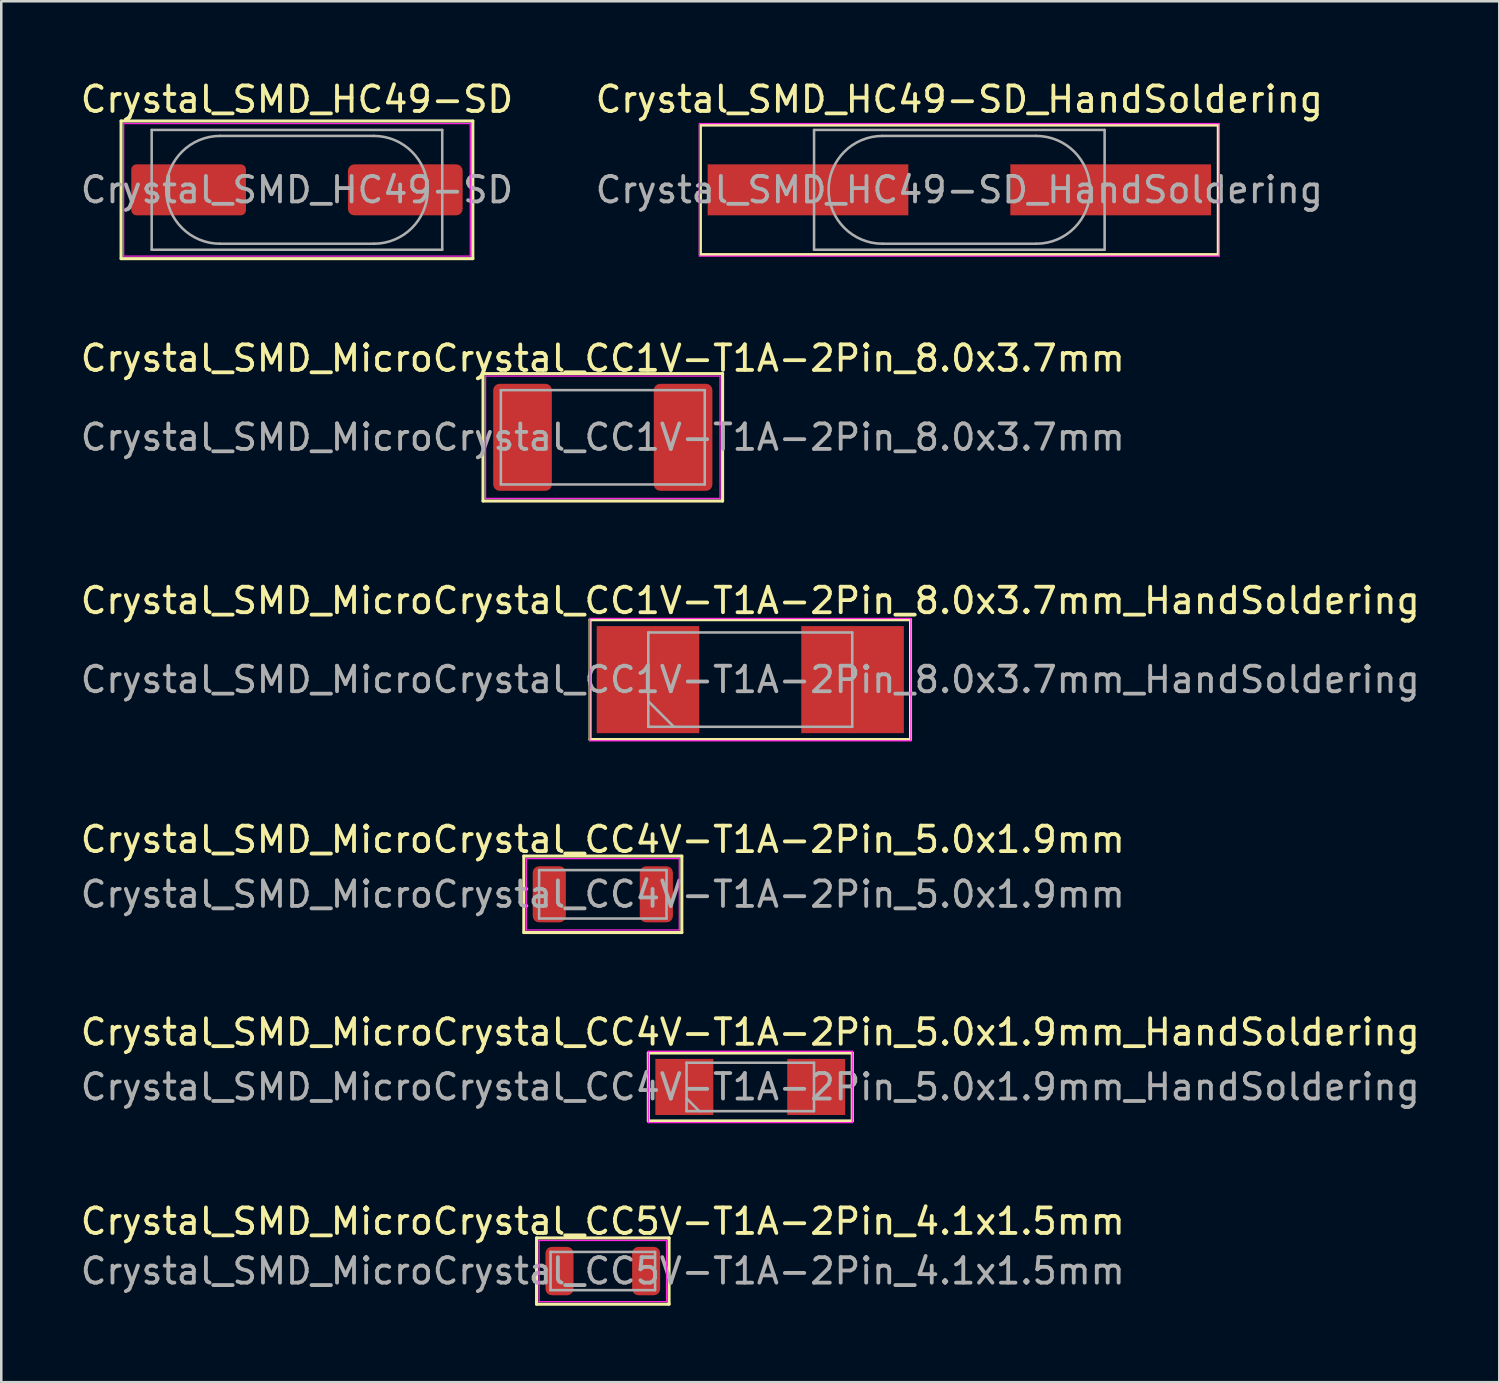
<source format=kicad_pcb>
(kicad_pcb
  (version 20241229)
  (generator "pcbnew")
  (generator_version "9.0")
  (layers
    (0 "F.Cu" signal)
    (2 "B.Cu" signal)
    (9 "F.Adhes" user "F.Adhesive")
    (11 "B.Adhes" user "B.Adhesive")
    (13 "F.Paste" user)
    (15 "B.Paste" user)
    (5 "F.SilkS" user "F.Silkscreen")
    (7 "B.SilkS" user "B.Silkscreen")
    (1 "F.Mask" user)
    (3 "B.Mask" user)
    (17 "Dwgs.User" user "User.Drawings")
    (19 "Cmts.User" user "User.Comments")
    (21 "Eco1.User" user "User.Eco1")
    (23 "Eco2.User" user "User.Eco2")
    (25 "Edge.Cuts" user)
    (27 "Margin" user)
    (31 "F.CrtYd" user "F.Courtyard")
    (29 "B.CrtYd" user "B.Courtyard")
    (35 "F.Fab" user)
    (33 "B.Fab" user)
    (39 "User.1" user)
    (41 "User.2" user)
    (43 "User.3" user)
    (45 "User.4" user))
  (footprint "Crystal_SMD_MicroCrystal_CC5V-T1A-2Pin_4.1x1.5mm"
    (layer "F.Cu")
    (at 20.601 46.819)
    (property "Reference" "Crystal_SMD_MicroCrystal_CC5V-T1A-2Pin_4.1x1.5mm" (at 0 -1.95 0) (layer "F.SilkS") (effects (font (size 1 1) (thickness 0.15))))
    (attr smd)
    (fp_line (start -2.6 -1.3) (end -2.6 1.3) (stroke (width 0.12) (type solid)) (layer "F.SilkS"))
    (fp_line (start -2.6 1.3) (end 2.6 1.3) (stroke (width 0.12) (type solid)) (layer "F.SilkS"))
    (fp_line (start 2.6 -1.3) (end -2.6 -1.3) (stroke (width 0.12) (type solid)) (layer "F.SilkS"))
    (fp_line (start 2.6 1.3) (end 2.6 -1.3) (stroke (width 0.12) (type solid)) (layer "F.SilkS"))
    (fp_line (start -2.5 -1.2) (end -2.5 1.2) (stroke (width 0.05) (type solid)) (layer "F.CrtYd"))
    (fp_line (start -2.5 1.2) (end 2.5 1.2) (stroke (width 0.05) (type solid)) (layer "F.CrtYd"))
    (fp_line (start 2.5 -1.2) (end -2.5 -1.2) (stroke (width 0.05) (type solid)) (layer "F.CrtYd"))
    (fp_line (start 2.5 1.2) (end 2.5 -1.2) (stroke (width 0.05) (type solid)) (layer "F.CrtYd"))
    (fp_line (start -2.05 -0.75) (end -2.05 0.75) (stroke (width 0.1) (type solid)) (layer "F.Fab"))
    (fp_line (start -2.05 0.75) (end 2.05 0.75) (stroke (width 0.1) (type solid)) (layer "F.Fab"))
    (fp_line (start 2.05 -0.75) (end -2.05 -0.75) (stroke (width 0.1) (type solid)) (layer "F.Fab"))
    (fp_line (start 2.05 0.75) (end 2.05 -0.75) (stroke (width 0.1) (type solid)) (layer "F.Fab"))
    (fp_text user "${REFERENCE}" (at 0 0 0) (layer "F.Fab") (effects (font (size 1 1) (thickness 0.15))))
    (pad "1" smd roundrect (at -1.7 0) (size 1.1 1.9) (layers "F.Cu" "F.Mask" "F.Paste") (roundrect_rratio 0.227))
    (pad "2" smd roundrect (at 1.7 0) (size 1.1 1.9) (layers "F.Cu" "F.Mask" "F.Paste") (roundrect_rratio 0.227)))
  (footprint "Crystal_SMD_MicroCrystal_CC4V-T1A-2Pin_5.0x1.9mm"
    (layer "F.Cu")
    (at 20.601 32.038)
    (property "Reference" "Crystal_SMD_MicroCrystal_CC4V-T1A-2Pin_5.0x1.9mm" (at 0 -2.15 0) (layer "F.SilkS") (effects (font (size 1 1) (thickness 0.15))))
    (attr smd)
    (fp_line (start -3.1 -1.5) (end -3.1 1.5) (stroke (width 0.12) (type solid)) (layer "F.SilkS"))
    (fp_line (start -3.1 1.5) (end 3.1 1.5) (stroke (width 0.12) (type solid)) (layer "F.SilkS"))
    (fp_line (start 3.1 -1.5) (end -3.1 -1.5) (stroke (width 0.12) (type solid)) (layer "F.SilkS"))
    (fp_line (start 3.1 1.5) (end 3.1 -1.5) (stroke (width 0.12) (type solid)) (layer "F.SilkS"))
    (fp_line (start -3 -1.4) (end -3 1.4) (stroke (width 0.05) (type solid)) (layer "F.CrtYd"))
    (fp_line (start -3 1.4) (end 3 1.4) (stroke (width 0.05) (type solid)) (layer "F.CrtYd"))
    (fp_line (start 3 -1.4) (end -3 -1.4) (stroke (width 0.05) (type solid)) (layer "F.CrtYd"))
    (fp_line (start 3 1.4) (end 3 -1.4) (stroke (width 0.05) (type solid)) (layer "F.CrtYd"))
    (fp_line (start -2.5 -0.95) (end -2.5 0.95) (stroke (width 0.1) (type solid)) (layer "F.Fab"))
    (fp_line (start -2.5 0.95) (end 2.5 0.95) (stroke (width 0.1) (type solid)) (layer "F.Fab"))
    (fp_line (start 2.5 -0.95) (end -2.5 -0.95) (stroke (width 0.1) (type solid)) (layer "F.Fab"))
    (fp_line (start 2.5 0.95) (end 2.5 -0.95) (stroke (width 0.1) (type solid)) (layer "F.Fab"))
    (fp_text user "${REFERENCE}" (at 0 0 0) (layer "F.Fab") (effects (font (size 1 1) (thickness 0.15))))
    (pad "1" smd roundrect (at -2.1 0) (size 1.3 2.2) (layers "F.Cu" "F.Mask" "F.Paste") (roundrect_rratio 0.192))
    (pad "2" smd roundrect (at 2.1 0) (size 1.3 2.2) (layers "F.Cu" "F.Mask" "F.Paste") (roundrect_rratio 0.192)))
  (footprint "Crystal_SMD_HC49-SD_HandSoldering"
    (layer "F.Cu")
    (at 34.589 4.398)
    (property "Reference" "Crystal_SMD_HC49-SD_HandSoldering" (at 0 -3.55 0) (layer "F.SilkS") (effects (font (size 1 1) (thickness 0.15))))
    (attr smd)
    (fp_line (start -10.16 -2.54) (end 10.16 -2.54) (stroke (width 0.12) (type solid)) (layer "F.SilkS"))
    (fp_line (start -10.16 -0.254) (end -10.16 -2.54) (stroke (width 0.12) (type solid)) (layer "F.SilkS"))
    (fp_line (start -10.16 2.54) (end -10.16 -0.254) (stroke (width 0.12) (type solid)) (layer "F.SilkS"))
    (fp_line (start 10.16 -2.54) (end 10.16 2.54) (stroke (width 0.12) (type solid)) (layer "F.SilkS"))
    (fp_line (start 10.16 2.54) (end -10.16 2.54) (stroke (width 0.12) (type solid)) (layer "F.SilkS"))
    (fp_line (start -10.2 -2.6) (end -10.2 2.6) (stroke (width 0.05) (type solid)) (layer "F.CrtYd"))
    (fp_line (start -10.2 2.6) (end 10.2 2.6) (stroke (width 0.05) (type solid)) (layer "F.CrtYd"))
    (fp_line (start 10.2 -2.6) (end -10.2 -2.6) (stroke (width 0.05) (type solid)) (layer "F.CrtYd"))
    (fp_line (start 10.2 2.6) (end 10.2 -2.6) (stroke (width 0.05) (type solid)) (layer "F.CrtYd"))
    (fp_line (start -5.7 -2.35) (end -5.7 2.35) (stroke (width 0.1) (type solid)) (layer "F.Fab"))
    (fp_line (start -5.7 2.35) (end 5.7 2.35) (stroke (width 0.1) (type solid)) (layer "F.Fab"))
    (fp_line (start -3.015 -2.115) (end 3.015 -2.115) (stroke (width 0.1) (type solid)) (layer "F.Fab"))
    (fp_line (start -3.015 2.115) (end 3.015 2.115) (stroke (width 0.1) (type solid)) (layer "F.Fab"))
    (fp_line (start 5.7 -2.35) (end -5.7 -2.35) (stroke (width 0.1) (type solid)) (layer "F.Fab"))
    (fp_line (start 5.7 2.35) (end 5.7 -2.35) (stroke (width 0.1) (type solid)) (layer "F.Fab"))
    (fp_arc (start -3.015 2.115) (mid -5.13 0) (end -3.015 -2.115) (stroke (width 0.1) (type solid)) (layer "F.Fab"))
    (fp_arc (start 3.015 -2.115) (mid 5.13 0) (end 3.015 2.115) (stroke (width 0.1) (type solid)) (layer "F.Fab"))
    (fp_text user "${REFERENCE}" (at 0 0 0) (layer "F.Fab") (effects (font (size 1 1) (thickness 0.15))))
    (pad "1" smd rect (at -5.938 0) (size 7.875 2) (layers "F.Cu" "F.Mask" "F.Paste"))
    (pad "2" smd rect (at 5.938 0) (size 7.875 2) (layers "F.Cu" "F.Mask" "F.Paste")))
  (footprint "Crystal_SMD_MicroCrystal_CC1V-T1A-2Pin_8.0x3.7mm_HandSoldering"
    (layer "F.Cu")
    (at 26.387 23.615)
    (property "Reference" "Crystal_SMD_MicroCrystal_CC1V-T1A-2Pin_8.0x3.7mm_HandSoldering" (at 0 -3.1 0) (layer "F.SilkS") (effects (font (size 1 1) (thickness 0.15))))
    (attr smd)
    (fp_line (start -6.287 -2.349) (end -6.287 2.349) (stroke (width 0.12) (type solid)) (layer "F.SilkS"))
    (fp_line (start -6.287 2.349) (end 6.287 2.349) (stroke (width 0.12) (type solid)) (layer "F.SilkS"))
    (fp_line (start 6.287 -2.349) (end -6.287 -2.349) (stroke (width 0.12) (type solid)) (layer "F.SilkS"))
    (fp_line (start 6.287 2.349) (end 6.287 -2.349) (stroke (width 0.12) (type solid)) (layer "F.SilkS"))
    (fp_line (start -6.3 -2.4) (end -6.3 2.4) (stroke (width 0.05) (type solid)) (layer "F.CrtYd"))
    (fp_line (start -6.3 2.4) (end 6.3 2.4) (stroke (width 0.05) (type solid)) (layer "F.CrtYd"))
    (fp_line (start 6.3 -2.4) (end -6.3 -2.4) (stroke (width 0.05) (type solid)) (layer "F.CrtYd"))
    (fp_line (start 6.3 2.4) (end 6.3 -2.4) (stroke (width 0.05) (type solid)) (layer "F.CrtYd"))
    (fp_line (start -4 -1.85) (end -4 1.85) (stroke (width 0.1) (type solid)) (layer "F.Fab"))
    (fp_line (start -4 0.85) (end -3 1.85) (stroke (width 0.1) (type solid)) (layer "F.Fab"))
    (fp_line (start -4 1.85) (end 4 1.85) (stroke (width 0.1) (type solid)) (layer "F.Fab"))
    (fp_line (start 4 -1.85) (end -4 -1.85) (stroke (width 0.1) (type solid)) (layer "F.Fab"))
    (fp_line (start 4 1.85) (end 4 -1.85) (stroke (width 0.1) (type solid)) (layer "F.Fab"))
    (fp_text user "${REFERENCE}" (at 0 0 0) (layer "F.Fab") (effects (font (size 1 1) (thickness 0.15))))
    (pad "1" smd rect (at -4.013 0) (size 4.025 4.2) (layers "F.Cu" "F.Mask" "F.Paste"))
    (pad "2" smd rect (at 4.013 0) (size 4.025 4.2) (layers "F.Cu" "F.Mask" "F.Paste")))
  (footprint "Crystal_SMD_MicroCrystal_CC4V-T1A-2Pin_5.0x1.9mm_HandSoldering"
    (layer "F.Cu")
    (at 26.387 39.596)
    (property "Reference" "Crystal_SMD_MicroCrystal_CC4V-T1A-2Pin_5.0x1.9mm_HandSoldering" (at 0 -2.15 0) (layer "F.SilkS") (effects (font (size 1 1) (thickness 0.15))))
    (attr smd)
    (fp_line (start -4 -1.333) (end -4 1.333) (stroke (width 0.12) (type solid)) (layer "F.SilkS"))
    (fp_line (start -4 -1.333) (end 4 -1.333) (stroke (width 0.12) (type solid)) (layer "F.SilkS"))
    (fp_line (start 4 -1.333) (end 4 1.333) (stroke (width 0.12) (type solid)) (layer "F.SilkS"))
    (fp_line (start 4 1.333) (end -4 1.333) (stroke (width 0.12) (type solid)) (layer "F.SilkS"))
    (fp_line (start -4 -1.4) (end -4 1.4) (stroke (width 0.05) (type solid)) (layer "F.CrtYd"))
    (fp_line (start -4 1.4) (end 4 1.4) (stroke (width 0.05) (type solid)) (layer "F.CrtYd"))
    (fp_line (start 4 -1.4) (end -4 -1.4) (stroke (width 0.05) (type solid)) (layer "F.CrtYd"))
    (fp_line (start 4 1.4) (end 4 -1.4) (stroke (width 0.05) (type solid)) (layer "F.CrtYd"))
    (fp_line (start -2.5 -0.95) (end -2.5 0.95) (stroke (width 0.1) (type solid)) (layer "F.Fab"))
    (fp_line (start -2.5 0.45) (end -2 0.95) (stroke (width 0.1) (type solid)) (layer "F.Fab"))
    (fp_line (start -2.5 0.95) (end 2.5 0.95) (stroke (width 0.1) (type solid)) (layer "F.Fab"))
    (fp_line (start 2.5 -0.95) (end -2.5 -0.95) (stroke (width 0.1) (type solid)) (layer "F.Fab"))
    (fp_line (start 2.5 0.95) (end 2.5 -0.95) (stroke (width 0.1) (type solid)) (layer "F.Fab"))
    (fp_text user "${REFERENCE}" (at 0 0 0) (layer "F.Fab") (effects (font (size 1 1) (thickness 0.15))))
    (pad "1" smd rect (at -2.587 0) (size 2.275 2.2) (layers "F.Cu" "F.Mask" "F.Paste"))
    (pad "2" smd rect (at 2.587 0) (size 2.275 2.2) (layers "F.Cu" "F.Mask" "F.Paste")))
  (footprint "Crystal_SMD_HC49-SD"
    (layer "F.Cu")
    (at 8.601 4.398)
    (property "Reference" "Crystal_SMD_HC49-SD" (at 0 -3.55 0) (layer "F.SilkS") (effects (font (size 1 1) (thickness 0.15))))
    (attr smd)
    (fp_line (start -6.9 -2.7) (end -6.9 2.7) (stroke (width 0.12) (type solid)) (layer "F.SilkS"))
    (fp_line (start -6.9 2.7) (end 6.9 2.7) (stroke (width 0.12) (type solid)) (layer "F.SilkS"))
    (fp_line (start 6.9 -2.7) (end -6.9 -2.7) (stroke (width 0.12) (type solid)) (layer "F.SilkS"))
    (fp_line (start 6.9 2.7) (end 6.9 -2.7) (stroke (width 0.12) (type solid)) (layer "F.SilkS"))
    (fp_line (start -6.8 -2.6) (end -6.8 2.6) (stroke (width 0.05) (type solid)) (layer "F.CrtYd"))
    (fp_line (start -6.8 2.6) (end 6.8 2.6) (stroke (width 0.05) (type solid)) (layer "F.CrtYd"))
    (fp_line (start 6.8 -2.6) (end -6.8 -2.6) (stroke (width 0.05) (type solid)) (layer "F.CrtYd"))
    (fp_line (start 6.8 2.6) (end 6.8 -2.6) (stroke (width 0.05) (type solid)) (layer "F.CrtYd"))
    (fp_line (start -5.7 -2.35) (end -5.7 2.35) (stroke (width 0.1) (type solid)) (layer "F.Fab"))
    (fp_line (start -5.7 2.35) (end 5.7 2.35) (stroke (width 0.1) (type solid)) (layer "F.Fab"))
    (fp_line (start -3.015 -2.115) (end 3.015 -2.115) (stroke (width 0.1) (type solid)) (layer "F.Fab"))
    (fp_line (start -3.015 2.115) (end 3.015 2.115) (stroke (width 0.1) (type solid)) (layer "F.Fab"))
    (fp_line (start 5.7 -2.35) (end -5.7 -2.35) (stroke (width 0.1) (type solid)) (layer "F.Fab"))
    (fp_line (start 5.7 2.35) (end 5.7 -2.35) (stroke (width 0.1) (type solid)) (layer "F.Fab"))
    (fp_arc (start -3.015 2.115) (mid -5.13 0) (end -3.015 -2.115) (stroke (width 0.1) (type solid)) (layer "F.Fab"))
    (fp_arc (start 3.015 -2.115) (mid 5.13 0) (end 3.015 2.115) (stroke (width 0.1) (type solid)) (layer "F.Fab"))
    (fp_text user "${REFERENCE}" (at 0 0 0) (layer "F.Fab") (effects (font (size 1 1) (thickness 0.15))))
    (pad "1" smd roundrect (at -4.25 0) (size 4.5 2) (layers "F.Cu" "F.Mask" "F.Paste") (roundrect_rratio 0.1))
    (pad "2" smd roundrect (at 4.25 0) (size 4.5 2) (layers "F.Cu" "F.Mask" "F.Paste") (roundrect_rratio 0.125)))
  (footprint "Crystal_SMD_MicroCrystal_CC1V-T1A-2Pin_8.0x3.7mm"
    (layer "F.Cu")
    (at 20.601 14.107)
    (property "Reference" "Crystal_SMD_MicroCrystal_CC1V-T1A-2Pin_8.0x3.7mm" (at 0 -3.1 0) (layer "F.SilkS") (effects (font (size 1 1) (thickness 0.15))))
    (attr smd)
    (fp_line (start -4.7 -2.5) (end -4.7 2.5) (stroke (width 0.12) (type solid)) (layer "F.SilkS"))
    (fp_line (start -4.7 2.5) (end 4.7 2.5) (stroke (width 0.12) (type solid)) (layer "F.SilkS"))
    (fp_line (start 4.7 -2.5) (end -4.7 -2.5) (stroke (width 0.12) (type solid)) (layer "F.SilkS"))
    (fp_line (start 4.7 2.5) (end 4.7 -2.5) (stroke (width 0.12) (type solid)) (layer "F.SilkS"))
    (fp_line (start -4.6 -2.4) (end -4.6 2.4) (stroke (width 0.05) (type solid)) (layer "F.CrtYd"))
    (fp_line (start -4.6 2.4) (end 4.6 2.4) (stroke (width 0.05) (type solid)) (layer "F.CrtYd"))
    (fp_line (start 4.6 -2.4) (end -4.6 -2.4) (stroke (width 0.05) (type solid)) (layer "F.CrtYd"))
    (fp_line (start 4.6 2.4) (end 4.6 -2.4) (stroke (width 0.05) (type solid)) (layer "F.CrtYd"))
    (fp_line (start -4 -1.85) (end -4 1.85) (stroke (width 0.1) (type solid)) (layer "F.Fab"))
    (fp_line (start -4 1.85) (end 4 1.85) (stroke (width 0.1) (type solid)) (layer "F.Fab"))
    (fp_line (start 4 -1.85) (end -4 -1.85) (stroke (width 0.1) (type solid)) (layer "F.Fab"))
    (fp_line (start 4 1.85) (end 4 -1.85) (stroke (width 0.1) (type solid)) (layer "F.Fab"))
    (fp_text user "${REFERENCE}" (at 0 0 0) (layer "F.Fab") (effects (font (size 1 1) (thickness 0.15))))
    (pad "1" smd roundrect (at -3.15 0) (size 2.3 4.2) (layers "F.Cu" "F.Mask" "F.Paste") (roundrect_rratio 0.109))
    (pad "2" smd roundrect (at 3.15 0) (size 2.3 4.2) (layers "F.Cu" "F.Mask" "F.Paste") (roundrect_rratio 0.109)))
  (gr_rect
    (start -3 -3)
    (end 55.774 51.179)
    (stroke (width 0.1) (type default))
    (fill no)
    (layer "Edge.Cuts")))
</source>
